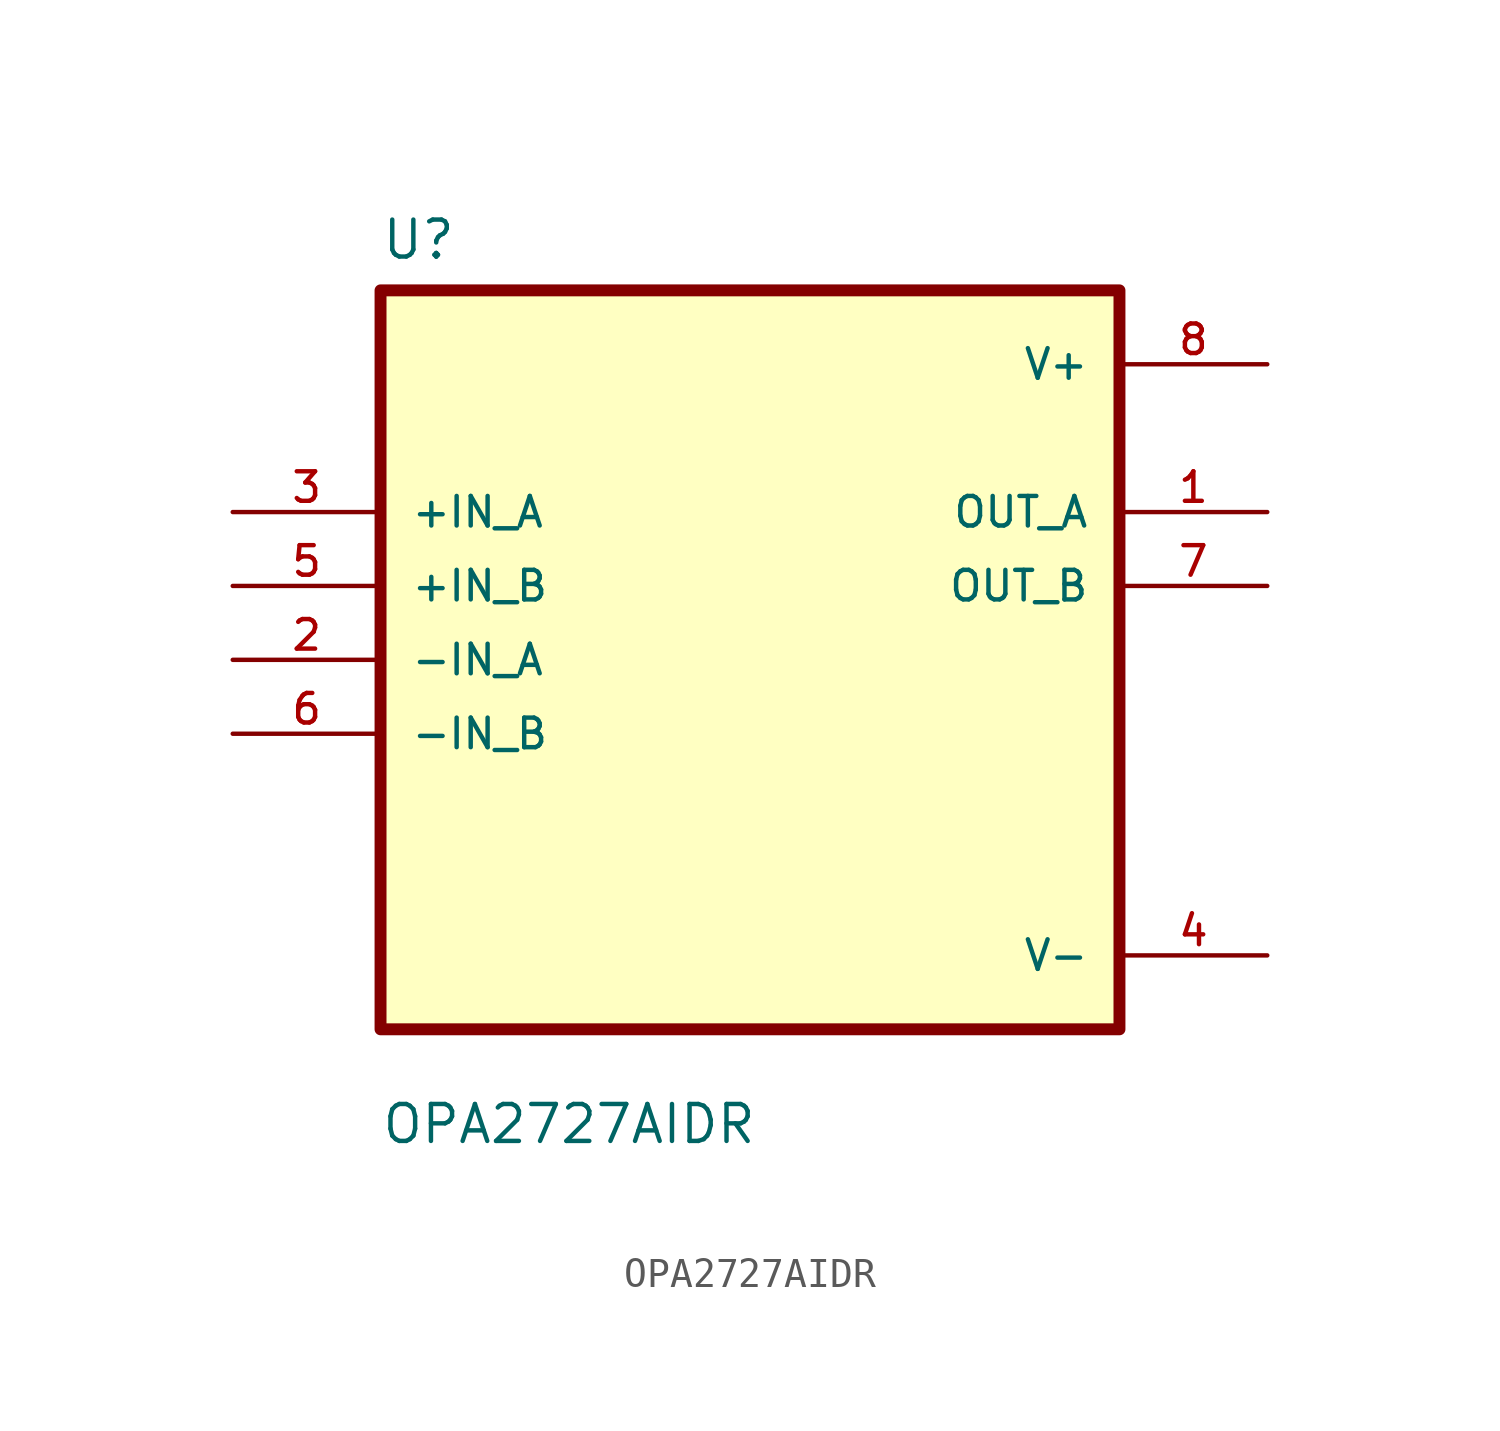
<source format=kicad_sym>
(kicad_symbol_lib
  (version 20220914)
  (generator kicad_symbol_editor)
  (symbol "OPA2727AIDR"
    (pin_names
      (offset 1.016))
    (property "Reference" "U"
      (at -12.7 13.7 0)
      (effects (font (size 1.27 1.27)) (justify left bottom)))
    (property "Value" "OPA2727AIDR"
      (at -12.7 -16.7 0)
      (effects (font (size 1.27 1.27)) (justify left bottom)))
    (symbol "OPA2727AIDR_0_0"
      (rectangle (start -12.7 -12.7) (end 12.7 12.7) (stroke (width 0.41) (type default)) (fill (type background)))
      (pin output line (at 17.78 5.08 180) (length 5.08) (name "OUT_A" (effects (font (size 1.016 1.016)))) (number "1" (effects (font (size 1.016 1.016)))))
      (pin input line (at -17.78 0 0) (length 5.08) (name "-IN_A" (effects (font (size 1.016 1.016)))) (number "2" (effects (font (size 1.016 1.016)))))
      (pin input line (at -17.78 5.08 0) (length 5.08) (name "+IN_A" (effects (font (size 1.016 1.016)))) (number "3" (effects (font (size 1.016 1.016)))))
      (pin power_in line (at 17.78 -10.16 180) (length 5.08) (name "V-" (effects (font (size 1.016 1.016)))) (number "4" (effects (font (size 1.016 1.016)))))
      (pin input line (at -17.78 2.54 0) (length 5.08) (name "+IN_B" (effects (font (size 1.016 1.016)))) (number "5" (effects (font (size 1.016 1.016)))))
      (pin input line (at -17.78 -2.54 0) (length 5.08) (name "-IN_B" (effects (font (size 1.016 1.016)))) (number "6" (effects (font (size 1.016 1.016)))))
      (pin output line (at 17.78 2.54 180) (length 5.08) (name "OUT_B" (effects (font (size 1.016 1.016)))) (number "7" (effects (font (size 1.016 1.016)))))
      (pin power_in line (at 17.78 10.16 180) (length 5.08) (name "V+" (effects (font (size 1.016 1.016)))) (number "8" (effects (font (size 1.016 1.016))))))))
</source>
